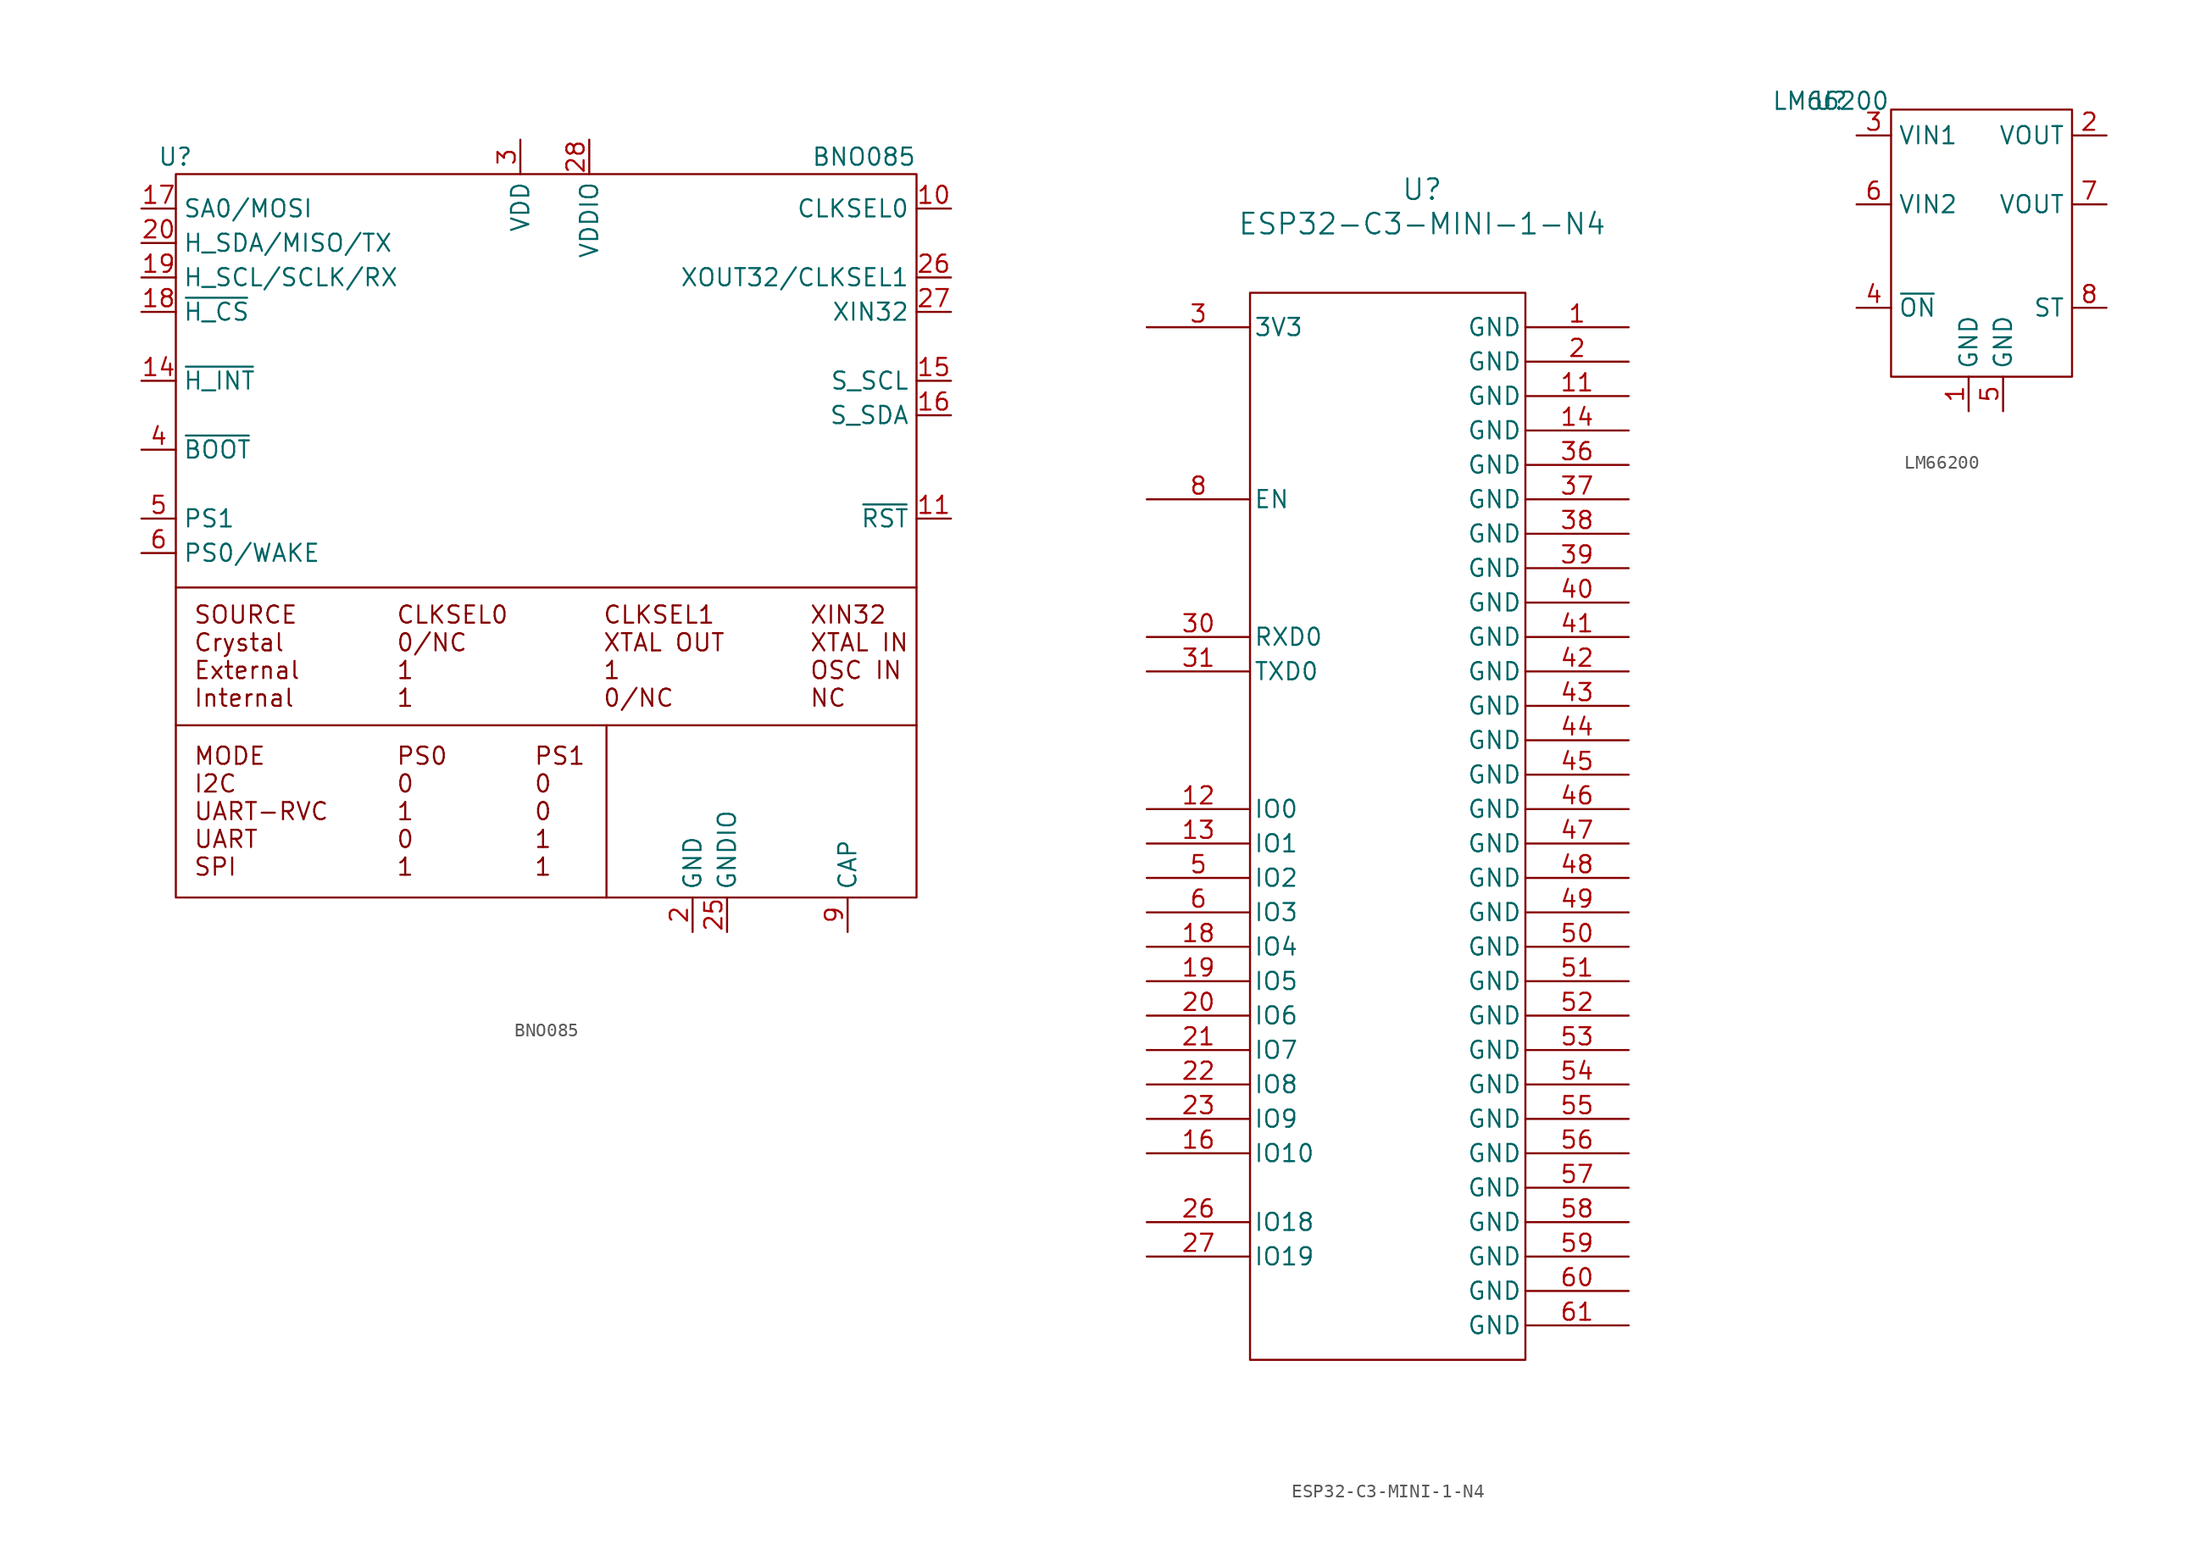
<source format=kicad_sym>
(kicad_symbol_lib
  (version 20220914)
  (generator kicad_symbol_editor)
  (symbol "BNO085"
    (property "Reference" "U"
      (at 3.81 3.81 0)
      (effects (font (size 1.27 1.27)) (justify right)))
    (property "Value" "BNO085"
      (at 57.15 3.81 0)
      (effects (font (size 1.27 1.27)) (justify right)))
    (symbol "BNO085_1_1"
      (polyline (pts (xy 2.54 -38.1) (xy 57.15 -38.1)) (stroke (width 0) (type default)) (fill (type none)))
      (polyline (pts (xy 2.54 -27.94) (xy 57.15 -27.94)) (stroke (width 0) (type default)) (fill (type none)))
      (polyline (pts (xy 34.29 -50.8) (xy 34.29 -38.1)) (stroke (width 0) (type default)) (fill (type none)))
      (rectangle (start 2.54 2.54) (end 57.15 -50.8) (stroke (width 0) (type default)) (fill (type none)))
      (text "MODE		PS0		PS1\nI2C			0		0\nUART-RVC	1		0\nUART		0		1\nSPI			1		1" (at 3.81 -44.45 0) (effects (font (size 1.27 1.27)) (justify left)))
      (text "SOURCE		CLKSEL0		CLKSEL1		XIN32\nCrystal		0/NC		XTAL OUT	XTAL IN  \nExternal	1			1			OSC IN\nInternal	1			0/NC		NC" (at 3.81 -33.02 0) (effects (font (size 1.27 1.27)) (justify left)))
      (pin no_connect line (at 59.69 -19.05 180) (length 2.54) hide (name "PIN1" (effects (font (size 1.27 1.27)))) (number "1" (effects (font (size 1.27 1.27)))))
      (pin input line (at 59.69 0 180) (length 2.54) (name "CLKSEL0" (effects (font (size 1.27 1.27)))) (number "10" (effects (font (size 1.27 1.27)))))
      (pin input line (at 59.69 -22.86 180) (length 2.54) (name "~{RST}" (effects (font (size 1.27 1.27)))) (number "11" (effects (font (size 1.27 1.27)))))
      (pin no_connect line (at 59.69 -19.05 180) (length 2.54) hide (name "PIN12" (effects (font (size 1.27 1.27)))) (number "12" (effects (font (size 1.27 1.27)))))
      (pin no_connect line (at 59.69 -19.05 180) (length 2.54) hide (name "PIN13" (effects (font (size 1.27 1.27)))) (number "13" (effects (font (size 1.27 1.27)))))
      (pin output line (at 0 -12.7 0) (length 2.54) (name "~{H_INT}" (effects (font (size 1.27 1.27)))) (number "14" (effects (font (size 1.27 1.27)))))
      (pin bidirectional line (at 59.69 -12.7 180) (length 2.54) (name "S_SCL" (effects (font (size 1.27 1.27)))) (number "15" (effects (font (size 1.27 1.27)))))
      (pin bidirectional line (at 59.69 -15.24 180) (length 2.54) (name "S_SDA" (effects (font (size 1.27 1.27)))) (number "16" (effects (font (size 1.27 1.27)))))
      (pin input line (at 0 0 0) (length 2.54) (name "SA0/MOSI" (effects (font (size 1.27 1.27)))) (number "17" (effects (font (size 1.27 1.27)))))
      (pin input line (at 0 -7.62 0) (length 2.54) (name "~{H_CS}" (effects (font (size 1.27 1.27)))) (number "18" (effects (font (size 1.27 1.27)))))
      (pin bidirectional line (at 0 -5.08 0) (length 2.54) (name "H_SCL/SCLK/RX" (effects (font (size 1.27 1.27)))) (number "19" (effects (font (size 1.27 1.27)))))
      (pin power_in line (at 40.64 -53.34 90) (length 2.54) (name "GND" (effects (font (size 1.27 1.27)))) (number "2" (effects (font (size 1.27 1.27)))))
      (pin bidirectional line (at 0 -2.54 0) (length 2.54) (name "H_SDA/MISO/TX" (effects (font (size 1.27 1.27)))) (number "20" (effects (font (size 1.27 1.27)))))
      (pin no_connect line (at 59.69 -19.05 180) (length 2.54) hide (name "PIN21" (effects (font (size 1.27 1.27)))) (number "21" (effects (font (size 1.27 1.27)))))
      (pin no_connect line (at 59.69 -19.05 180) (length 2.54) hide (name "PIN22" (effects (font (size 1.27 1.27)))) (number "22" (effects (font (size 1.27 1.27)))))
      (pin no_connect line (at 59.69 -19.05 180) (length 2.54) hide (name "PIN23" (effects (font (size 1.27 1.27)))) (number "23" (effects (font (size 1.27 1.27)))))
      (pin no_connect line (at 59.69 -19.05 180) (length 2.54) hide (name "PIN24" (effects (font (size 1.27 1.27)))) (number "24" (effects (font (size 1.27 1.27)))))
      (pin power_in line (at 43.18 -53.34 90) (length 2.54) (name "GNDIO" (effects (font (size 1.27 1.27)))) (number "25" (effects (font (size 1.27 1.27)))))
      (pin output line (at 59.69 -5.08 180) (length 2.54) (name "XOUT32/CLKSEL1" (effects (font (size 1.27 1.27)))) (number "26" (effects (font (size 1.27 1.27)))))
      (pin input line (at 59.69 -7.62 180) (length 2.54) (name "XIN32" (effects (font (size 1.27 1.27)))) (number "27" (effects (font (size 1.27 1.27)))))
      (pin power_in line (at 33.02 5.08 270) (length 2.54) (name "VDDIO" (effects (font (size 1.27 1.27)))) (number "28" (effects (font (size 1.27 1.27)))))
      (pin power_in line (at 27.94 5.08 270) (length 2.54) (name "VDD" (effects (font (size 1.27 1.27)))) (number "3" (effects (font (size 1.27 1.27)))))
      (pin input line (at 0 -17.78 0) (length 2.54) (name "~{BOOT}" (effects (font (size 1.27 1.27)))) (number "4" (effects (font (size 1.27 1.27)))))
      (pin input line (at 0 -22.86 0) (length 2.54) (name "PS1" (effects (font (size 1.27 1.27)))) (number "5" (effects (font (size 1.27 1.27)))))
      (pin input line (at 0 -25.4 0) (length 2.54) (name "PS0/WAKE" (effects (font (size 1.27 1.27)))) (number "6" (effects (font (size 1.27 1.27)))))
      (pin no_connect line (at 59.69 -19.05 180) (length 2.54) hide (name "PIN7" (effects (font (size 1.27 1.27)))) (number "7" (effects (font (size 1.27 1.27)))))
      (pin no_connect line (at 59.69 -19.05 180) (length 2.54) hide (name "PIN8" (effects (font (size 1.27 1.27)))) (number "8" (effects (font (size 1.27 1.27)))))
      (pin passive line (at 52.07 -53.34 90) (length 2.54) (name "CAP" (effects (font (size 1.27 1.27)))) (number "9" (effects (font (size 1.27 1.27)))))))
  (symbol "ESP32-C3-MINI-1-N4"
    (pin_names
      (offset 0.254))
    (property "Reference" "U"
      (at 20.32 10.16 0)
      (effects (font (size 1.524 1.524))))
    (property "Value" "ESP32-C3-MINI-1-N4"
      (at 20.32 7.62 0)
      (effects (font (size 1.524 1.524))))
    (symbol "ESP32-C3-MINI-1-N4_0_1"
      (pin power_out line (at 35.56 0 180) (length 7.62) (name "GND" (effects (font (size 1.27 1.27)))) (number "1" (effects (font (size 1.27 1.27)))))
      (pin power_out line (at 35.56 -5.08 180) (length 7.62) (name "GND" (effects (font (size 1.27 1.27)))) (number "11" (effects (font (size 1.27 1.27)))))
      (pin bidirectional line (at 0 -35.56 0) (length 7.62) (name "IO0" (effects (font (size 1.27 1.27)))) (number "12" (effects (font (size 1.27 1.27)))))
      (pin bidirectional line (at 0 -38.1 0) (length 7.62) (name "IO1" (effects (font (size 1.27 1.27)))) (number "13" (effects (font (size 1.27 1.27)))))
      (pin power_out line (at 35.56 -7.62 180) (length 7.62) (name "GND" (effects (font (size 1.27 1.27)))) (number "14" (effects (font (size 1.27 1.27)))))
      (pin bidirectional line (at 0 -60.96 0) (length 7.62) (name "IO10" (effects (font (size 1.27 1.27)))) (number "16" (effects (font (size 1.27 1.27)))))
      (pin bidirectional line (at 0 -45.72 0) (length 7.62) (name "IO4" (effects (font (size 1.27 1.27)))) (number "18" (effects (font (size 1.27 1.27)))))
      (pin bidirectional line (at 0 -48.26 0) (length 7.62) (name "IO5" (effects (font (size 1.27 1.27)))) (number "19" (effects (font (size 1.27 1.27)))))
      (pin power_out line (at 35.56 -2.54 180) (length 7.62) (name "GND" (effects (font (size 1.27 1.27)))) (number "2" (effects (font (size 1.27 1.27)))))
      (pin bidirectional line (at 0 -50.8 0) (length 7.62) (name "IO6" (effects (font (size 1.27 1.27)))) (number "20" (effects (font (size 1.27 1.27)))))
      (pin bidirectional line (at 0 -53.34 0) (length 7.62) (name "IO7" (effects (font (size 1.27 1.27)))) (number "21" (effects (font (size 1.27 1.27)))))
      (pin bidirectional line (at 0 -55.88 0) (length 7.62) (name "IO8" (effects (font (size 1.27 1.27)))) (number "22" (effects (font (size 1.27 1.27)))))
      (pin bidirectional line (at 0 -58.42 0) (length 7.62) (name "IO9" (effects (font (size 1.27 1.27)))) (number "23" (effects (font (size 1.27 1.27)))))
      (pin bidirectional line (at 0 -66.04 0) (length 7.62) (name "IO18" (effects (font (size 1.27 1.27)))) (number "26" (effects (font (size 1.27 1.27)))))
      (pin bidirectional line (at 0 -68.58 0) (length 7.62) (name "IO19" (effects (font (size 1.27 1.27)))) (number "27" (effects (font (size 1.27 1.27)))))
      (pin power_in line (at 0 0 0) (length 7.62) (name "3V3" (effects (font (size 1.27 1.27)))) (number "3" (effects (font (size 1.27 1.27)))))
      (pin bidirectional line (at 0 -22.86 0) (length 7.62) (name "RXD0" (effects (font (size 1.27 1.27)))) (number "30" (effects (font (size 1.27 1.27)))))
      (pin bidirectional line (at 0 -25.4 0) (length 7.62) (name "TXD0" (effects (font (size 1.27 1.27)))) (number "31" (effects (font (size 1.27 1.27)))))
      (pin power_out line (at 35.56 -10.16 180) (length 7.62) (name "GND" (effects (font (size 1.27 1.27)))) (number "36" (effects (font (size 1.27 1.27)))))
      (pin power_out line (at 35.56 -12.7 180) (length 7.62) (name "GND" (effects (font (size 1.27 1.27)))) (number "37" (effects (font (size 1.27 1.27)))))
      (pin power_out line (at 35.56 -15.24 180) (length 7.62) (name "GND" (effects (font (size 1.27 1.27)))) (number "38" (effects (font (size 1.27 1.27)))))
      (pin power_out line (at 35.56 -17.78 180) (length 7.62) (name "GND" (effects (font (size 1.27 1.27)))) (number "39" (effects (font (size 1.27 1.27)))))
      (pin power_out line (at 35.56 -20.32 180) (length 7.62) (name "GND" (effects (font (size 1.27 1.27)))) (number "40" (effects (font (size 1.27 1.27)))))
      (pin power_out line (at 35.56 -22.86 180) (length 7.62) (name "GND" (effects (font (size 1.27 1.27)))) (number "41" (effects (font (size 1.27 1.27)))))
      (pin power_out line (at 35.56 -25.4 180) (length 7.62) (name "GND" (effects (font (size 1.27 1.27)))) (number "42" (effects (font (size 1.27 1.27)))))
      (pin power_out line (at 35.56 -27.94 180) (length 7.62) (name "GND" (effects (font (size 1.27 1.27)))) (number "43" (effects (font (size 1.27 1.27)))))
      (pin power_out line (at 35.56 -30.48 180) (length 7.62) (name "GND" (effects (font (size 1.27 1.27)))) (number "44" (effects (font (size 1.27 1.27)))))
      (pin power_out line (at 35.56 -33.02 180) (length 7.62) (name "GND" (effects (font (size 1.27 1.27)))) (number "45" (effects (font (size 1.27 1.27)))))
      (pin power_out line (at 35.56 -35.56 180) (length 7.62) (name "GND" (effects (font (size 1.27 1.27)))) (number "46" (effects (font (size 1.27 1.27)))))
      (pin power_out line (at 35.56 -38.1 180) (length 7.62) (name "GND" (effects (font (size 1.27 1.27)))) (number "47" (effects (font (size 1.27 1.27)))))
      (pin power_out line (at 35.56 -40.64 180) (length 7.62) (name "GND" (effects (font (size 1.27 1.27)))) (number "48" (effects (font (size 1.27 1.27)))))
      (pin power_out line (at 35.56 -43.18 180) (length 7.62) (name "GND" (effects (font (size 1.27 1.27)))) (number "49" (effects (font (size 1.27 1.27)))))
      (pin bidirectional line (at 0 -40.64 0) (length 7.62) (name "IO2" (effects (font (size 1.27 1.27)))) (number "5" (effects (font (size 1.27 1.27)))))
      (pin power_out line (at 35.56 -45.72 180) (length 7.62) (name "GND" (effects (font (size 1.27 1.27)))) (number "50" (effects (font (size 1.27 1.27)))))
      (pin power_out line (at 35.56 -48.26 180) (length 7.62) (name "GND" (effects (font (size 1.27 1.27)))) (number "51" (effects (font (size 1.27 1.27)))))
      (pin power_out line (at 35.56 -50.8 180) (length 7.62) (name "GND" (effects (font (size 1.27 1.27)))) (number "52" (effects (font (size 1.27 1.27)))))
      (pin power_out line (at 35.56 -53.34 180) (length 7.62) (name "GND" (effects (font (size 1.27 1.27)))) (number "53" (effects (font (size 1.27 1.27)))))
      (pin power_out line (at 35.56 -55.88 180) (length 7.62) (name "GND" (effects (font (size 1.27 1.27)))) (number "54" (effects (font (size 1.27 1.27)))))
      (pin power_out line (at 35.56 -58.42 180) (length 7.62) (name "GND" (effects (font (size 1.27 1.27)))) (number "55" (effects (font (size 1.27 1.27)))))
      (pin power_out line (at 35.56 -60.96 180) (length 7.62) (name "GND" (effects (font (size 1.27 1.27)))) (number "56" (effects (font (size 1.27 1.27)))))
      (pin power_out line (at 35.56 -63.5 180) (length 7.62) (name "GND" (effects (font (size 1.27 1.27)))) (number "57" (effects (font (size 1.27 1.27)))))
      (pin power_out line (at 35.56 -66.04 180) (length 7.62) (name "GND" (effects (font (size 1.27 1.27)))) (number "58" (effects (font (size 1.27 1.27)))))
      (pin power_out line (at 35.56 -68.58 180) (length 7.62) (name "GND" (effects (font (size 1.27 1.27)))) (number "59" (effects (font (size 1.27 1.27)))))
      (pin bidirectional line (at 0 -43.18 0) (length 7.62) (name "IO3" (effects (font (size 1.27 1.27)))) (number "6" (effects (font (size 1.27 1.27)))))
      (pin power_out line (at 35.56 -71.12 180) (length 7.62) (name "GND" (effects (font (size 1.27 1.27)))) (number "60" (effects (font (size 1.27 1.27)))))
      (pin power_out line (at 35.56 -73.66 180) (length 7.62) (name "GND" (effects (font (size 1.27 1.27)))) (number "61" (effects (font (size 1.27 1.27)))))
      (pin input line (at 0 -12.7 0) (length 7.62) (name "EN" (effects (font (size 1.27 1.27)))) (number "8" (effects (font (size 1.27 1.27))))))
    (symbol "ESP32-C3-MINI-1-N4_1_1"
      (rectangle (start 7.62 2.54) (end 27.94 -76.2) (stroke (width 0) (type default)) (fill (type none)))
      (pin no_connect line (at 0 -73.66 0) (length 7.62) hide (name "NC" (effects (font (size 1.27 1.27)))) (number "10" (effects (font (size 1.27 1.27)))))
      (pin no_connect line (at 0 -73.66 0) (length 7.62) hide (name "NC" (effects (font (size 1.27 1.27)))) (number "15" (effects (font (size 1.27 1.27)))))
      (pin no_connect line (at 0 -73.66 0) (length 7.62) hide (name "NC" (effects (font (size 1.27 1.27)))) (number "17" (effects (font (size 1.27 1.27)))))
      (pin no_connect line (at 0 -73.66 0) (length 7.62) hide (name "NC" (effects (font (size 1.27 1.27)))) (number "24" (effects (font (size 1.27 1.27)))))
      (pin no_connect line (at 0 -73.66 0) (length 7.62) hide (name "NC" (effects (font (size 1.27 1.27)))) (number "25" (effects (font (size 1.27 1.27)))))
      (pin no_connect line (at 0 -73.66 0) (length 7.62) hide (name "NC" (effects (font (size 1.27 1.27)))) (number "28" (effects (font (size 1.27 1.27)))))
      (pin no_connect line (at 0 -73.66 0) (length 7.62) hide (name "NC" (effects (font (size 1.27 1.27)))) (number "29" (effects (font (size 1.27 1.27)))))
      (pin no_connect line (at 0 -73.66 0) (length 7.62) hide (name "NC" (effects (font (size 1.27 1.27)))) (number "32" (effects (font (size 1.27 1.27)))))
      (pin no_connect line (at 0 -73.66 0) (length 7.62) hide (name "NC" (effects (font (size 1.27 1.27)))) (number "33" (effects (font (size 1.27 1.27)))))
      (pin no_connect line (at 0 -73.66 0) (length 7.62) hide (name "NC" (effects (font (size 1.27 1.27)))) (number "34" (effects (font (size 1.27 1.27)))))
      (pin no_connect line (at 0 -73.66 0) (length 7.62) hide (name "NC" (effects (font (size 1.27 1.27)))) (number "35" (effects (font (size 1.27 1.27)))))
      (pin no_connect line (at 0 -73.66 0) (length 7.62) hide (name "NC" (effects (font (size 1.27 1.27)))) (number "4" (effects (font (size 1.27 1.27)))))
      (pin no_connect line (at 0 -73.66 0) (length 7.62) hide (name "NC" (effects (font (size 1.27 1.27)))) (number "7" (effects (font (size 1.27 1.27)))))
      (pin no_connect line (at 0 -73.66 0) (length 7.62) hide (name "NC" (effects (font (size 1.27 1.27)))) (number "9" (effects (font (size 1.27 1.27)))))))
  (symbol "LM66200"
    (property "Reference" "U"
      (at -1.905 2.54 0)
      (effects (font (size 1.27 1.27))))
    (property "Value" "LM66200"
      (at -1.905 2.54 0)
      (effects (font (size 1.27 1.27))))
    (symbol "LM66200_0_1"
      (rectangle (start 2.54 1.905) (end 15.875 -17.78) (stroke (width 0) (type default)) (fill (type none))))
    (symbol "LM66200_1_1"
      (pin power_in line (at 8.255 -20.32 90) (length 2.54) (name "GND" (effects (font (size 1.27 1.27)))) (number "1" (effects (font (size 1.27 1.27)))))
      (pin power_out line (at 18.415 0 180) (length 2.54) (name "VOUT" (effects (font (size 1.27 1.27)))) (number "2" (effects (font (size 1.27 1.27)))))
      (pin power_in line (at 0 0 0) (length 2.54) (name "VIN1" (effects (font (size 1.27 1.27)))) (number "3" (effects (font (size 1.27 1.27)))))
      (pin input line (at 0 -12.7 0) (length 2.54) (name "~{ON}" (effects (font (size 1.27 1.27)))) (number "4" (effects (font (size 1.27 1.27)))))
      (pin power_in line (at 10.795 -20.32 90) (length 2.54) (name "GND" (effects (font (size 1.27 1.27)))) (number "5" (effects (font (size 1.27 1.27)))))
      (pin power_in line (at 0 -5.08 0) (length 2.54) (name "VIN2" (effects (font (size 1.27 1.27)))) (number "6" (effects (font (size 1.27 1.27)))))
      (pin power_out line (at 18.415 -5.08 180) (length 2.54) (name "VOUT" (effects (font (size 1.27 1.27)))) (number "7" (effects (font (size 1.27 1.27)))))
      (pin open_collector line (at 18.415 -12.7 180) (length 2.54) (name "ST" (effects (font (size 1.27 1.27)))) (number "8" (effects (font (size 1.27 1.27))))))))
</source>
